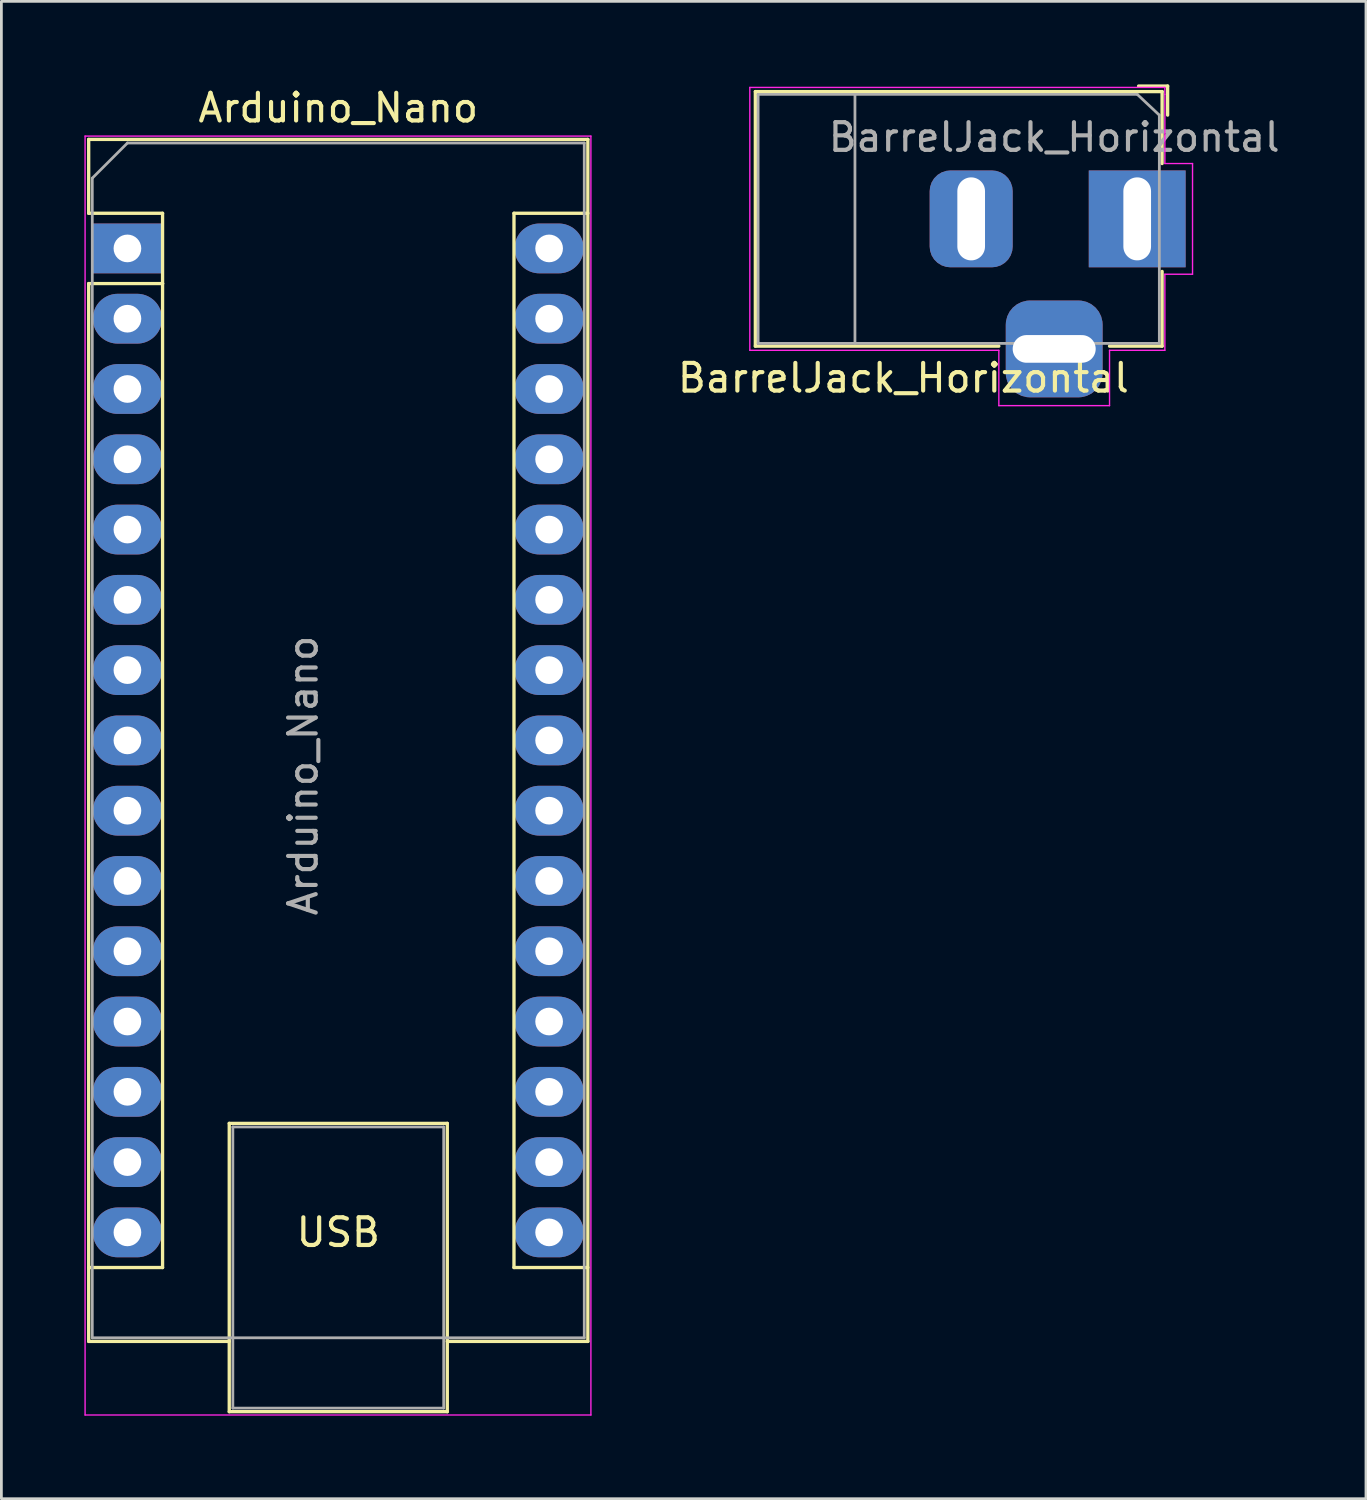
<source format=kicad_pcb>
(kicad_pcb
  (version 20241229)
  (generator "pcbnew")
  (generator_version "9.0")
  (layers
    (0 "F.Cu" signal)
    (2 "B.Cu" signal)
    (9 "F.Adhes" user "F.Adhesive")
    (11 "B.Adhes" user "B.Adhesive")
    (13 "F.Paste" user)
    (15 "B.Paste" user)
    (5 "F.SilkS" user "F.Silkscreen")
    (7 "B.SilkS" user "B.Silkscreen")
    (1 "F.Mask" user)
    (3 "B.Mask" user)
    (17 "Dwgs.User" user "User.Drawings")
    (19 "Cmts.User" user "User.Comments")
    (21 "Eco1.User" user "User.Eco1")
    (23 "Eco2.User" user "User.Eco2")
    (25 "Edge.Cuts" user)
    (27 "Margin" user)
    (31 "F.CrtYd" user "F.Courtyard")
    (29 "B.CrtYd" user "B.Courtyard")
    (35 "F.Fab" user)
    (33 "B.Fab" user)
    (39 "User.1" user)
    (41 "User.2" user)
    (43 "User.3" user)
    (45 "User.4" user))
  (footprint "Arduino_Nano"
    (layer "F.Cu")
    (at 1.555 5.928)
    (property "Reference" "Arduino_Nano" (at 7.62 -5.08 0) (layer "F.SilkS") (effects (font (size 1 1) (thickness 0.15))))
    (attr through_hole)
    (fp_line (start -1.4 -3.94) (end -1.4 -1.27) (stroke (width 0.12) (type solid)) (layer "F.SilkS"))
    (fp_line (start -1.4 1.27) (end -1.4 39.5) (stroke (width 0.12) (type solid)) (layer "F.SilkS"))
    (fp_line (start -1.4 39.5) (end 3.68 39.5) (stroke (width 0.12) (type solid)) (layer "F.SilkS"))
    (fp_line (start 1.27 -1.27) (end -1.4 -1.27) (stroke (width 0.12) (type solid)) (layer "F.SilkS"))
    (fp_line (start 1.27 1.27) (end -1.4 1.27) (stroke (width 0.12) (type solid)) (layer "F.SilkS"))
    (fp_line (start 1.27 1.27) (end 1.27 -1.27) (stroke (width 0.12) (type solid)) (layer "F.SilkS"))
    (fp_line (start 1.27 1.27) (end 1.27 36.83) (stroke (width 0.12) (type solid)) (layer "F.SilkS"))
    (fp_line (start 1.27 36.83) (end -1.4 36.83) (stroke (width 0.12) (type solid)) (layer "F.SilkS"))
    (fp_line (start 3.68 31.62) (end 11.56 31.62) (stroke (width 0.12) (type solid)) (layer "F.SilkS"))
    (fp_line (start 3.68 42.04) (end 3.68 31.62) (stroke (width 0.12) (type solid)) (layer "F.SilkS"))
    (fp_line (start 11.56 31.62) (end 11.56 42.04) (stroke (width 0.12) (type solid)) (layer "F.SilkS"))
    (fp_line (start 11.56 42.04) (end 3.68 42.04) (stroke (width 0.12) (type solid)) (layer "F.SilkS"))
    (fp_line (start 13.97 -1.27) (end 13.97 36.83) (stroke (width 0.12) (type solid)) (layer "F.SilkS"))
    (fp_line (start 13.97 -1.27) (end 16.64 -1.27) (stroke (width 0.12) (type solid)) (layer "F.SilkS"))
    (fp_line (start 13.97 36.83) (end 16.64 36.83) (stroke (width 0.12) (type solid)) (layer "F.SilkS"))
    (fp_line (start 16.64 -3.94) (end -1.4 -3.94) (stroke (width 0.12) (type solid)) (layer "F.SilkS"))
    (fp_line (start 16.64 39.5) (end 11.56 39.5) (stroke (width 0.12) (type solid)) (layer "F.SilkS"))
    (fp_line (start 16.64 39.5) (end 16.64 -3.94) (stroke (width 0.12) (type solid)) (layer "F.SilkS"))
    (fp_line (start -1.53 -4.06) (end -1.53 42.16) (stroke (width 0.05) (type solid)) (layer "F.CrtYd"))
    (fp_line (start -1.53 -4.06) (end 16.75 -4.06) (stroke (width 0.05) (type solid)) (layer "F.CrtYd"))
    (fp_line (start 16.75 42.16) (end -1.53 42.16) (stroke (width 0.05) (type solid)) (layer "F.CrtYd"))
    (fp_line (start 16.75 42.16) (end 16.75 -4.06) (stroke (width 0.05) (type solid)) (layer "F.CrtYd"))
    (fp_line (start -1.27 -2.54) (end 0 -3.81) (stroke (width 0.1) (type solid)) (layer "F.Fab"))
    (fp_line (start -1.27 39.37) (end -1.27 -2.54) (stroke (width 0.1) (type solid)) (layer "F.Fab"))
    (fp_line (start 0 -3.81) (end 16.51 -3.81) (stroke (width 0.1) (type solid)) (layer "F.Fab"))
    (fp_line (start 3.81 31.75) (end 11.43 31.75) (stroke (width 0.1) (type solid)) (layer "F.Fab"))
    (fp_line (start 3.81 41.91) (end 3.81 31.75) (stroke (width 0.1) (type solid)) (layer "F.Fab"))
    (fp_line (start 11.43 31.75) (end 11.43 41.91) (stroke (width 0.1) (type solid)) (layer "F.Fab"))
    (fp_line (start 11.43 41.91) (end 3.81 41.91) (stroke (width 0.1) (type solid)) (layer "F.Fab"))
    (fp_line (start 16.51 -3.81) (end 16.51 39.37) (stroke (width 0.1) (type solid)) (layer "F.Fab"))
    (fp_line (start 16.51 39.37) (end -1.27 39.37) (stroke (width 0.1) (type solid)) (layer "F.Fab"))
    (fp_text user "USB" (at 7.62 35.56 0) (unlocked yes) (layer "F.SilkS") (effects (font (size 1 1) (thickness 0.15))))
    (fp_text user "${REFERENCE}" (at 6.35 19.05 90) (layer "F.Fab") (effects (font (size 1 1) (thickness 0.15))))
    (pad "1" thru_hole rect (at 0 0) (size 2.5 1.8) (drill 1) (layers "*.Cu" "*.Mask"))
    (pad "2" thru_hole oval (at 0 2.54) (size 2.5 1.8) (drill 1) (layers "*.Cu" "*.Mask"))
    (pad "3" thru_hole oval (at 0 5.08) (size 2.5 1.8) (drill 1) (layers "*.Cu" "*.Mask"))
    (pad "4" thru_hole oval (at 0 7.62) (size 2.5 1.8) (drill 1) (layers "*.Cu" "*.Mask"))
    (pad "5" thru_hole oval (at 0 10.16) (size 2.5 1.8) (drill 1) (layers "*.Cu" "*.Mask"))
    (pad "6" thru_hole oval (at 0 12.7) (size 2.5 1.8) (drill 1) (layers "*.Cu" "*.Mask"))
    (pad "7" thru_hole oval (at 0 15.24) (size 2.5 1.8) (drill 1) (layers "*.Cu" "*.Mask"))
    (pad "8" thru_hole oval (at 0 17.78) (size 2.5 1.8) (drill 1) (layers "*.Cu" "*.Mask"))
    (pad "9" thru_hole oval (at 0 20.32) (size 2.5 1.8) (drill 1) (layers "*.Cu" "*.Mask"))
    (pad "10" thru_hole oval (at 0 22.86) (size 2.5 1.8) (drill 1) (layers "*.Cu" "*.Mask"))
    (pad "11" thru_hole oval (at 0 25.4) (size 2.5 1.8) (drill 1) (layers "*.Cu" "*.Mask"))
    (pad "12" thru_hole oval (at 0 27.94) (size 2.5 1.8) (drill 1) (layers "*.Cu" "*.Mask"))
    (pad "13" thru_hole oval (at 0 30.48) (size 2.5 1.8) (drill 1) (layers "*.Cu" "*.Mask"))
    (pad "14" thru_hole oval (at 0 33.02) (size 2.5 1.8) (drill 1) (layers "*.Cu" "*.Mask"))
    (pad "15" thru_hole oval (at 0 35.56) (size 2.5 1.8) (drill 1) (layers "*.Cu" "*.Mask"))
    (pad "16" thru_hole oval (at 15.24 35.56) (size 2.5 1.8) (drill 1) (layers "*.Cu" "*.Mask"))
    (pad "17" thru_hole oval (at 15.24 33.02) (size 2.5 1.8) (drill 1) (layers "*.Cu" "*.Mask"))
    (pad "18" thru_hole oval (at 15.24 30.48) (size 2.5 1.8) (drill 1) (layers "*.Cu" "*.Mask"))
    (pad "19" thru_hole oval (at 15.24 27.94) (size 2.5 1.8) (drill 1) (layers "*.Cu" "*.Mask"))
    (pad "20" thru_hole oval (at 15.24 25.4) (size 2.5 1.8) (drill 1) (layers "*.Cu" "*.Mask"))
    (pad "21" thru_hole oval (at 15.24 22.86) (size 2.5 1.8) (drill 1) (layers "*.Cu" "*.Mask"))
    (pad "22" thru_hole oval (at 15.24 20.32) (size 2.5 1.8) (drill 1) (layers "*.Cu" "*.Mask"))
    (pad "23" thru_hole oval (at 15.24 17.78) (size 2.5 1.8) (drill 1) (layers "*.Cu" "*.Mask"))
    (pad "24" thru_hole oval (at 15.24 15.24) (size 2.5 1.8) (drill 1) (layers "*.Cu" "*.Mask"))
    (pad "25" thru_hole oval (at 15.24 12.7) (size 2.5 1.8) (drill 1) (layers "*.Cu" "*.Mask"))
    (pad "26" thru_hole oval (at 15.24 10.16) (size 2.5 1.8) (drill 1) (layers "*.Cu" "*.Mask"))
    (pad "27" thru_hole oval (at 15.24 7.62) (size 2.5 1.8) (drill 1) (layers "*.Cu" "*.Mask"))
    (pad "28" thru_hole oval (at 15.24 5.08) (size 2.5 1.8) (drill 1) (layers "*.Cu" "*.Mask"))
    (pad "29" thru_hole oval (at 15.24 2.54) (size 2.5 1.8) (drill 1) (layers "*.Cu" "*.Mask"))
    (pad "30" thru_hole oval (at 15.24 0) (size 2.5 1.8) (drill 1) (layers "*.Cu" "*.Mask")))
  (footprint "BarrelJack_Horizontal"
    (layer "F.Cu")
    (at 38.048 4.86)
    (property "Reference" "BarrelJack_Horizontal" (at -8.45 5.75 180) (layer "F.SilkS") (effects (font (size 1 1) (thickness 0.15))))
    (attr through_hole)
    (fp_line (start -13.8 -4.6) (end 0.9 -4.6) (stroke (width 0.12) (type solid)) (layer "F.SilkS"))
    (fp_line (start -13.8 4.6) (end -13.8 -4.6) (stroke (width 0.12) (type solid)) (layer "F.SilkS"))
    (fp_line (start -5 4.6) (end -13.8 4.6) (stroke (width 0.12) (type solid)) (layer "F.SilkS"))
    (fp_line (start 0.05 -4.8) (end 1.1 -4.8) (stroke (width 0.12) (type solid)) (layer "F.SilkS"))
    (fp_line (start 0.9 -4.6) (end 0.9 -2) (stroke (width 0.12) (type solid)) (layer "F.SilkS"))
    (fp_line (start 0.9 1.9) (end 0.9 4.6) (stroke (width 0.12) (type solid)) (layer "F.SilkS"))
    (fp_line (start 0.9 4.6) (end -1 4.6) (stroke (width 0.12) (type solid)) (layer "F.SilkS"))
    (fp_line (start 1.1 -3.75) (end 1.1 -4.8) (stroke (width 0.12) (type solid)) (layer "F.SilkS"))
    (fp_line (start -14 4.75) (end -14 -4.75) (stroke (width 0.05) (type solid)) (layer "F.CrtYd"))
    (fp_line (start -5 4.75) (end -14 4.75) (stroke (width 0.05) (type solid)) (layer "F.CrtYd"))
    (fp_line (start -5 6.75) (end -5 4.75) (stroke (width 0.05) (type solid)) (layer "F.CrtYd"))
    (fp_line (start -1 4.75) (end -1 6.75) (stroke (width 0.05) (type solid)) (layer "F.CrtYd"))
    (fp_line (start -1 6.75) (end -5 6.75) (stroke (width 0.05) (type solid)) (layer "F.CrtYd"))
    (fp_line (start 1 -4.75) (end -14 -4.75) (stroke (width 0.05) (type solid)) (layer "F.CrtYd"))
    (fp_line (start 1 -4.5) (end 1 -4.75) (stroke (width 0.05) (type solid)) (layer "F.CrtYd"))
    (fp_line (start 1 -4.5) (end 1 -2) (stroke (width 0.05) (type solid)) (layer "F.CrtYd"))
    (fp_line (start 1 -2) (end 2 -2) (stroke (width 0.05) (type solid)) (layer "F.CrtYd"))
    (fp_line (start 1 2) (end 1 4.75) (stroke (width 0.05) (type solid)) (layer "F.CrtYd"))
    (fp_line (start 1 4.75) (end -1 4.75) (stroke (width 0.05) (type solid)) (layer "F.CrtYd"))
    (fp_line (start 2 -2) (end 2 2) (stroke (width 0.05) (type solid)) (layer "F.CrtYd"))
    (fp_line (start 2 2) (end 1 2) (stroke (width 0.05) (type solid)) (layer "F.CrtYd"))
    (fp_line (start -13.7 -4.5) (end -13.7 4.5) (stroke (width 0.1) (type solid)) (layer "F.Fab"))
    (fp_line (start -13.7 4.5) (end 0.8 4.5) (stroke (width 0.1) (type solid)) (layer "F.Fab"))
    (fp_line (start -10.2 -4.5) (end -10.2 4.5) (stroke (width 0.1) (type solid)) (layer "F.Fab"))
    (fp_line (start -0.003 -4.505) (end 0.8 -3.75) (stroke (width 0.1) (type solid)) (layer "F.Fab"))
    (fp_line (start 0 -4.5) (end -13.7 -4.5) (stroke (width 0.1) (type solid)) (layer "F.Fab"))
    (fp_line (start 0.8 4.5) (end 0.8 -3.75) (stroke (width 0.1) (type solid)) (layer "F.Fab"))
    (fp_text user "${REFERENCE}" (at -3 -2.95 180) (layer "F.Fab") (effects (font (size 1 1) (thickness 0.15))))
    (pad "1" thru_hole rect (at 0 0) (size 3.5 3.5) (drill oval 1 3) (layers "*.Cu" "*.Mask"))
    (pad "2" thru_hole roundrect (at -6 0) (size 3 3.5) (drill oval 1 3) (layers "*.Cu" "*.Mask") (roundrect_rratio 0.25))
    (pad "3" thru_hole roundrect (at -3 4.7) (size 3.5 3.5) (drill oval 3 1) (layers "*.Cu" "*.Mask") (roundrect_rratio 0.25)))
  (gr_rect
    (start -3 -3)
    (end 46.316 51.113)
    (stroke (width 0.1) (type default))
    (fill no)
    (layer "Edge.Cuts")))
</source>
